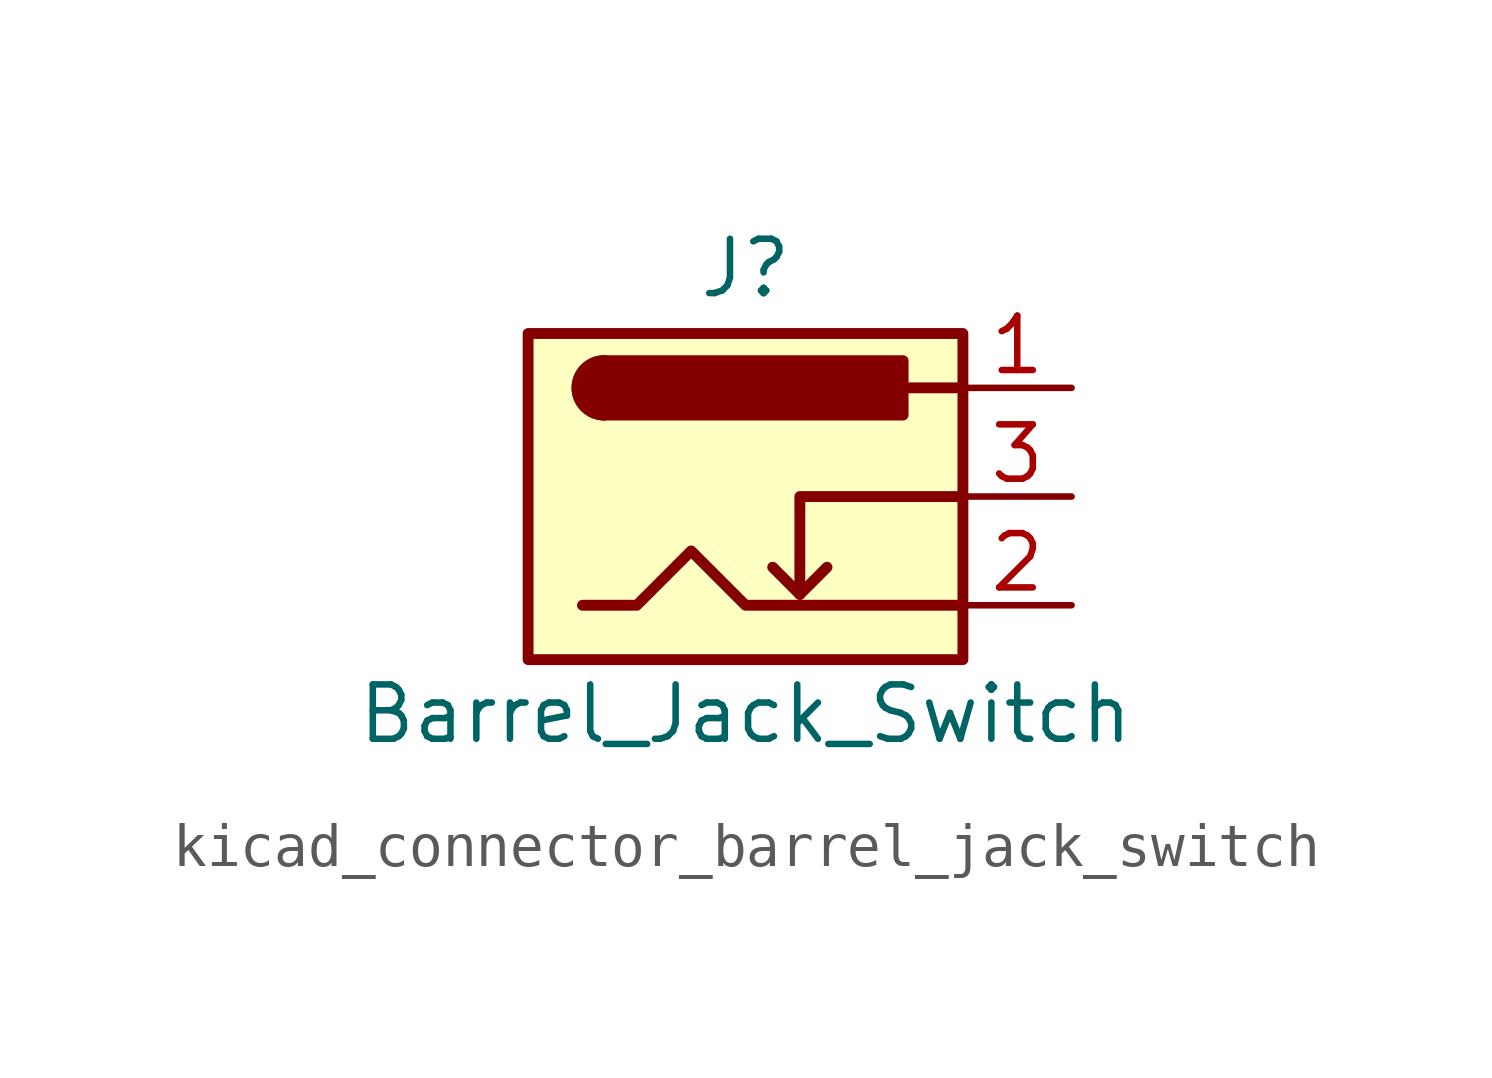
<source format=kicad_sym>
(kicad_symbol_lib
  (version 20220914)
  (generator kicad_symbol_editor)
  (symbol "kicad_connector_barrel_jack_switch"
    (pin_names hide)
    (property "Reference" "J"
      (at 0 5.334 0)
      (effects (font (size 1.27 1.27))))
    (property "Value" "Barrel_Jack_Switch"
      (at 0 -5.08 0)
      (effects (font (size 1.27 1.27))))
    (symbol "kicad_connector_barrel_jack_switch_0_1"
      (rectangle (start -5.08 3.81) (end 5.08 -3.81) (stroke (width 0.254) (type default)) (fill (type background)))
      (arc (start -3.302 3.175) (mid -3.9343 2.54) (end -3.302 1.905) (stroke (width 0.254) (type default)) (fill (type none)))
      (arc (start -3.302 3.175) (mid -3.9343 2.54) (end -3.302 1.905) (stroke (width 0.254) (type default)) (fill (type outline)))
      (polyline (pts (xy 1.27 -2.286) (xy 1.905 -1.651)) (stroke (width 0.254) (type default)) (fill (type none)))
      (polyline (pts (xy 5.08 2.54) (xy 3.81 2.54)) (stroke (width 0.254) (type default)) (fill (type none)))
      (polyline (pts (xy 5.08 0) (xy 1.27 0) (xy 1.27 -2.286) (xy 0.635 -1.651)) (stroke (width 0.254) (type default)) (fill (type none)))
      (polyline (pts (xy -3.81 -2.54) (xy -2.54 -2.54) (xy -1.27 -1.27) (xy 0 -2.54) (xy 2.54 -2.54) (xy 5.08 -2.54)) (stroke (width 0.254) (type default)) (fill (type none)))
      (rectangle (start 3.683 3.175) (end -3.302 1.905) (stroke (width 0.254) (type default)) (fill (type outline))))
    (symbol "kicad_connector_barrel_jack_switch_1_1"
      (pin passive line (at 7.62 2.54 180) (length 2.54) (name "~" (effects (font (size 1.27 1.27)))) (number "1" (effects (font (size 1.27 1.27)))))
      (pin passive line (at 7.62 -2.54 180) (length 2.54) (name "~" (effects (font (size 1.27 1.27)))) (number "2" (effects (font (size 1.27 1.27)))))
      (pin passive line (at 7.62 0 180) (length 2.54) (name "~" (effects (font (size 1.27 1.27)))) (number "3" (effects (font (size 1.27 1.27))))))))
</source>
